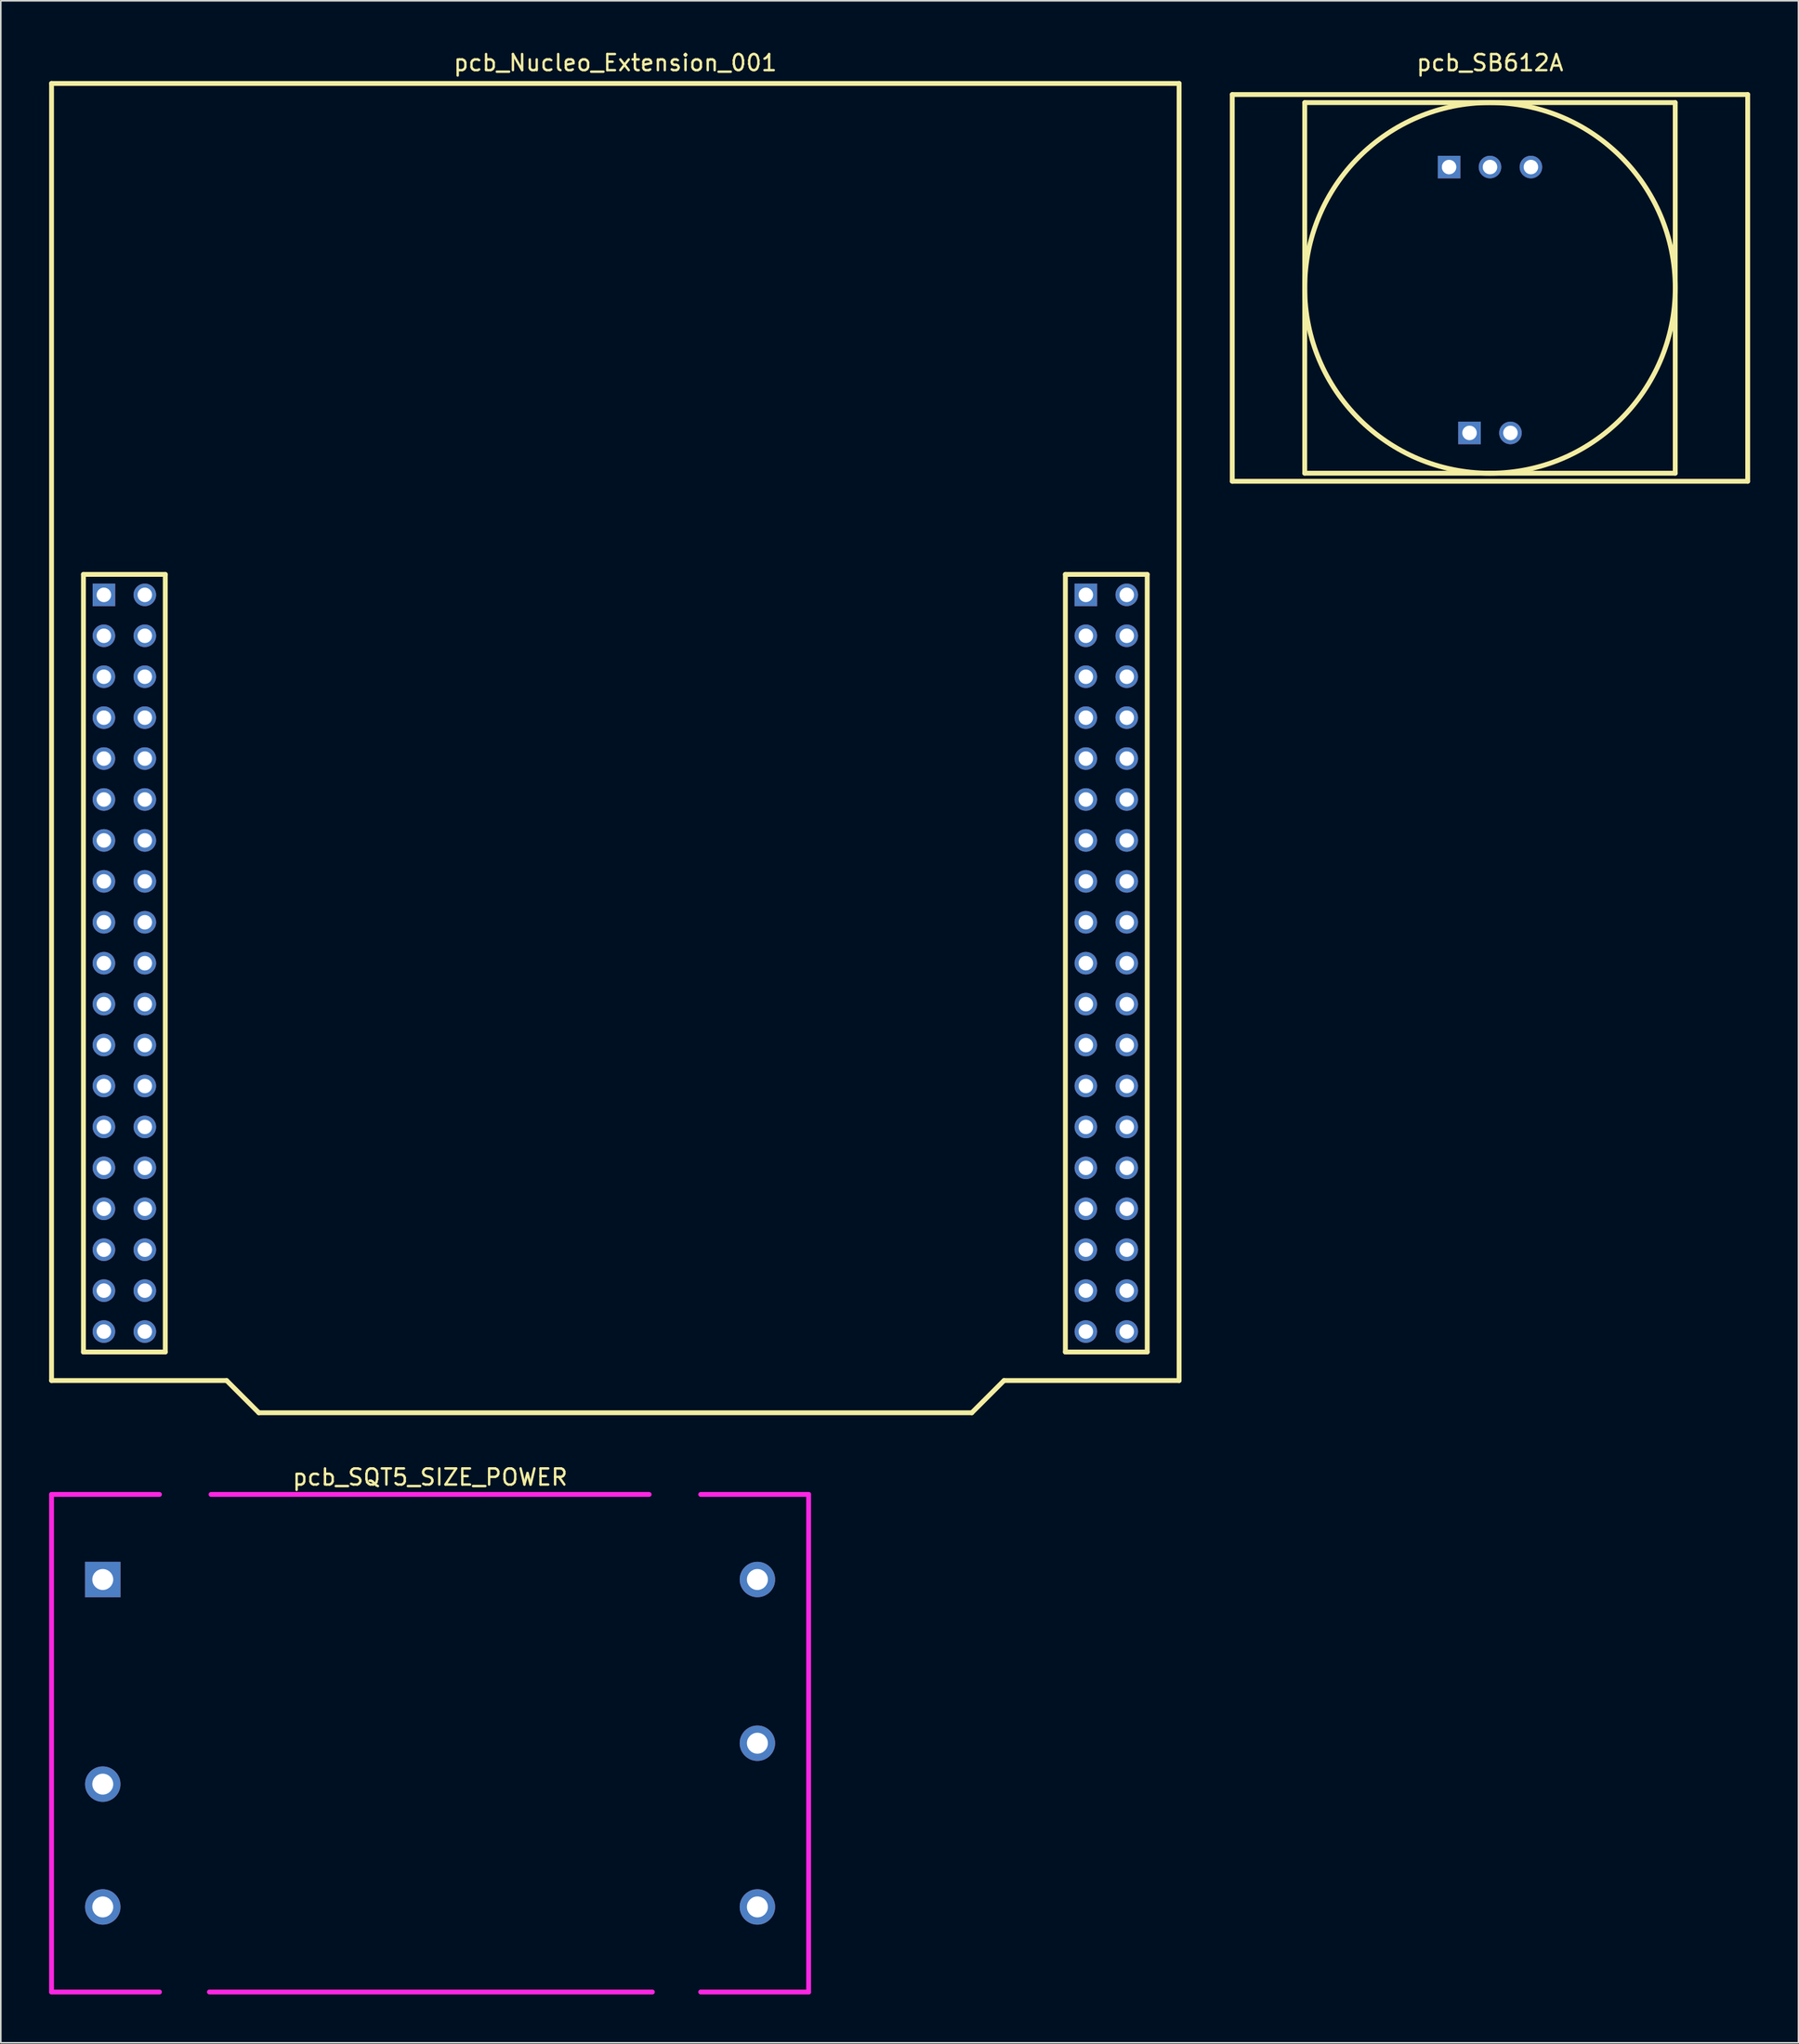
<source format=kicad_pcb>
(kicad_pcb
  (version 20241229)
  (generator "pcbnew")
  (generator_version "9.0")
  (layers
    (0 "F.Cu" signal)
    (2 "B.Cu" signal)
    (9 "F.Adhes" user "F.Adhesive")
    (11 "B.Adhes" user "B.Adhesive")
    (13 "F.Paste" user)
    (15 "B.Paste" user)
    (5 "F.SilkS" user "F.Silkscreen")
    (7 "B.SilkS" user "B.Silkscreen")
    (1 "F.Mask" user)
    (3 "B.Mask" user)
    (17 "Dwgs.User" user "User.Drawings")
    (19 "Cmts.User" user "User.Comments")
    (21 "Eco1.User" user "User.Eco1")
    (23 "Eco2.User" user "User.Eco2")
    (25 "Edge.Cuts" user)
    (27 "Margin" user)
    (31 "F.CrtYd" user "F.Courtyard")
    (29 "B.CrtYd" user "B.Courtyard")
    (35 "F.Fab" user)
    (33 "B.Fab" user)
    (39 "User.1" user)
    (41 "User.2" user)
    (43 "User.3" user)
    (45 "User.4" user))
  (footprint "pcb_Nucleo_Extension_001"
    (layer "F.Cu")
    (at 35.15 33.868)
    (property "Reference" "pcb_Nucleo_Extension_001" (at 0 -33.02 0) (layer "F.SilkS") (effects (font (size 1 1) (thickness 0.15))))
    (attr through_hole)
    (fp_line (start -35 -31.74) (end -35 48.76) (stroke (width 0.3) (type solid)) (layer "F.SilkS"))
    (fp_line (start -33.02 -1.27) (end -33.02 46.99) (stroke (width 0.3) (type solid)) (layer "F.SilkS"))
    (fp_line (start -33.02 46.99) (end -27.94 46.99) (stroke (width 0.3) (type solid)) (layer "F.SilkS"))
    (fp_line (start -27.94 -1.27) (end -33.02 -1.27) (stroke (width 0.3) (type solid)) (layer "F.SilkS"))
    (fp_line (start -27.94 46.99) (end -27.94 -1.27) (stroke (width 0.3) (type solid)) (layer "F.SilkS"))
    (fp_line (start -24.13 48.76) (end -35 48.76) (stroke (width 0.3) (type solid)) (layer "F.SilkS"))
    (fp_line (start -24.13 48.76) (end -22.13 50.76) (stroke (width 0.3) (type solid)) (layer "F.SilkS"))
    (fp_line (start -22.13 50.76) (end 22.13 50.76) (stroke (width 0.3) (type solid)) (layer "F.SilkS"))
    (fp_line (start 24.13 48.76) (end 22.13 50.76) (stroke (width 0.3) (type solid)) (layer "F.SilkS"))
    (fp_line (start 24.13 48.76) (end 35 48.76) (stroke (width 0.3) (type solid)) (layer "F.SilkS"))
    (fp_line (start 27.94 -1.27) (end 27.94 46.99) (stroke (width 0.3) (type solid)) (layer "F.SilkS"))
    (fp_line (start 27.94 46.99) (end 33.02 46.99) (stroke (width 0.3) (type solid)) (layer "F.SilkS"))
    (fp_line (start 33.02 -1.27) (end 27.94 -1.27) (stroke (width 0.3) (type solid)) (layer "F.SilkS"))
    (fp_line (start 33.02 46.99) (end 33.02 -1.27) (stroke (width 0.3) (type solid)) (layer "F.SilkS"))
    (fp_line (start 35 -31.74) (end -35 -31.74) (stroke (width 0.3) (type solid)) (layer "F.SilkS"))
    (fp_line (start 35 -31.74) (end 35 48.76) (stroke (width 0.3) (type solid)) (layer "F.SilkS"))
    (pad "1" thru_hole rect (at -31.75 0) (size 1.4 1.4) (drill 0.9) (layers "*.Cu" "*.Mask"))
    (pad "2" thru_hole circle (at -29.21 0) (size 1.4 1.4) (drill 0.9) (layers "*.Cu" "*.Mask"))
    (pad "3" thru_hole circle (at -31.75 2.54) (size 1.4 1.4) (drill 0.9) (layers "*.Cu" "*.Mask"))
    (pad "4" thru_hole circle (at -29.21 2.54) (size 1.4 1.4) (drill 0.9) (layers "*.Cu" "*.Mask"))
    (pad "5" thru_hole circle (at -31.75 5.08) (size 1.4 1.4) (drill 0.9) (layers "*.Cu" "*.Mask"))
    (pad "6" thru_hole circle (at -29.21 5.08) (size 1.4 1.4) (drill 0.9) (layers "*.Cu" "*.Mask"))
    (pad "7" thru_hole circle (at -31.75 7.62) (size 1.4 1.4) (drill 0.9) (layers "*.Cu" "*.Mask"))
    (pad "8" thru_hole circle (at -29.21 7.62) (size 1.4 1.4) (drill 0.9) (layers "*.Cu" "*.Mask"))
    (pad "9" thru_hole circle (at -31.75 10.16) (size 1.4 1.4) (drill 0.9) (layers "*.Cu" "*.Mask"))
    (pad "10" thru_hole circle (at -29.21 10.16) (size 1.4 1.4) (drill 0.9) (layers "*.Cu" "*.Mask"))
    (pad "11" thru_hole circle (at -31.75 12.7) (size 1.4 1.4) (drill 0.9) (layers "*.Cu" "*.Mask"))
    (pad "12" thru_hole circle (at -29.21 12.7) (size 1.4 1.4) (drill 0.9) (layers "*.Cu" "*.Mask"))
    (pad "13" thru_hole circle (at -31.75 15.24) (size 1.4 1.4) (drill 0.9) (layers "*.Cu" "*.Mask"))
    (pad "14" thru_hole circle (at -29.21 15.24) (size 1.4 1.4) (drill 0.9) (layers "*.Cu" "*.Mask"))
    (pad "15" thru_hole circle (at -31.75 17.78) (size 1.4 1.4) (drill 0.9) (layers "*.Cu" "*.Mask"))
    (pad "16" thru_hole circle (at -29.21 17.78) (size 1.4 1.4) (drill 0.9) (layers "*.Cu" "*.Mask"))
    (pad "17" thru_hole circle (at -31.75 20.32) (size 1.4 1.4) (drill 0.9) (layers "*.Cu" "*.Mask"))
    (pad "18" thru_hole circle (at -29.21 20.32) (size 1.4 1.4) (drill 0.9) (layers "*.Cu" "*.Mask"))
    (pad "19" thru_hole circle (at -31.75 22.86) (size 1.4 1.4) (drill 0.9) (layers "*.Cu" "*.Mask"))
    (pad "20" thru_hole circle (at -29.21 22.86) (size 1.4 1.4) (drill 0.9) (layers "*.Cu" "*.Mask"))
    (pad "21" thru_hole circle (at -31.75 25.4) (size 1.4 1.4) (drill 0.9) (layers "*.Cu" "*.Mask"))
    (pad "22" thru_hole circle (at -29.21 25.4) (size 1.4 1.4) (drill 0.9) (layers "*.Cu" "*.Mask"))
    (pad "23" thru_hole circle (at -31.75 27.94) (size 1.4 1.4) (drill 0.9) (layers "*.Cu" "*.Mask"))
    (pad "24" thru_hole circle (at -29.21 27.94) (size 1.4 1.4) (drill 0.9) (layers "*.Cu" "*.Mask"))
    (pad "25" thru_hole circle (at -31.75 30.48) (size 1.4 1.4) (drill 0.9) (layers "*.Cu" "*.Mask"))
    (pad "26" thru_hole circle (at -29.21 30.48) (size 1.4 1.4) (drill 0.9) (layers "*.Cu" "*.Mask"))
    (pad "27" thru_hole circle (at -31.75 33.02) (size 1.4 1.4) (drill 0.9) (layers "*.Cu" "*.Mask"))
    (pad "28" thru_hole circle (at -29.21 33.02) (size 1.4 1.4) (drill 0.9) (layers "*.Cu" "*.Mask"))
    (pad "29" thru_hole circle (at -31.75 35.56) (size 1.4 1.4) (drill 0.9) (layers "*.Cu" "*.Mask"))
    (pad "30" thru_hole circle (at -29.21 35.56) (size 1.4 1.4) (drill 0.9) (layers "*.Cu" "*.Mask"))
    (pad "31" thru_hole circle (at -31.75 38.1) (size 1.4 1.4) (drill 0.9) (layers "*.Cu" "*.Mask"))
    (pad "32" thru_hole circle (at -29.21 38.1) (size 1.4 1.4) (drill 0.9) (layers "*.Cu" "*.Mask"))
    (pad "33" thru_hole circle (at -31.75 40.64) (size 1.4 1.4) (drill 0.9) (layers "*.Cu" "*.Mask"))
    (pad "34" thru_hole circle (at -29.21 40.64) (size 1.4 1.4) (drill 0.9) (layers "*.Cu" "*.Mask"))
    (pad "35" thru_hole circle (at -31.75 43.18) (size 1.4 1.4) (drill 0.9) (layers "*.Cu" "*.Mask"))
    (pad "36" thru_hole circle (at -29.21 43.18) (size 1.4 1.4) (drill 0.9) (layers "*.Cu" "*.Mask"))
    (pad "37" thru_hole circle (at -31.75 45.72) (size 1.4 1.4) (drill 0.9) (layers "*.Cu" "*.Mask"))
    (pad "38" thru_hole circle (at -29.21 45.72) (size 1.4 1.4) (drill 0.9) (layers "*.Cu" "*.Mask"))
    (pad "39" thru_hole rect (at 29.21 0) (size 1.4 1.4) (drill 0.9) (layers "*.Cu" "*.Mask"))
    (pad "40" thru_hole circle (at 31.75 0) (size 1.4 1.4) (drill 0.9) (layers "*.Cu" "*.Mask"))
    (pad "41" thru_hole circle (at 29.21 2.54) (size 1.4 1.4) (drill 0.9) (layers "*.Cu" "*.Mask"))
    (pad "42" thru_hole circle (at 31.75 2.54) (size 1.4 1.4) (drill 0.9) (layers "*.Cu" "*.Mask"))
    (pad "43" thru_hole circle (at 29.21 5.08) (size 1.4 1.4) (drill 0.9) (layers "*.Cu" "*.Mask"))
    (pad "44" thru_hole circle (at 31.75 5.08) (size 1.4 1.4) (drill 0.9) (layers "*.Cu" "*.Mask"))
    (pad "45" thru_hole circle (at 29.21 7.62) (size 1.4 1.4) (drill 0.9) (layers "*.Cu" "*.Mask"))
    (pad "46" thru_hole circle (at 31.75 7.62) (size 1.4 1.4) (drill 0.9) (layers "*.Cu" "*.Mask"))
    (pad "47" thru_hole circle (at 29.21 10.16) (size 1.4 1.4) (drill 0.9) (layers "*.Cu" "*.Mask"))
    (pad "48" thru_hole circle (at 31.75 10.16) (size 1.4 1.4) (drill 0.9) (layers "*.Cu" "*.Mask"))
    (pad "49" thru_hole circle (at 29.21 12.7) (size 1.4 1.4) (drill 0.9) (layers "*.Cu" "*.Mask"))
    (pad "50" thru_hole circle (at 31.75 12.7) (size 1.4 1.4) (drill 0.9) (layers "*.Cu" "*.Mask"))
    (pad "51" thru_hole circle (at 29.21 15.24) (size 1.4 1.4) (drill 0.9) (layers "*.Cu" "*.Mask"))
    (pad "52" thru_hole circle (at 31.75 15.24) (size 1.4 1.4) (drill 0.9) (layers "*.Cu" "*.Mask"))
    (pad "53" thru_hole circle (at 29.21 17.78) (size 1.4 1.4) (drill 0.9) (layers "*.Cu" "*.Mask"))
    (pad "54" thru_hole circle (at 31.75 17.78) (size 1.4 1.4) (drill 0.9) (layers "*.Cu" "*.Mask"))
    (pad "55" thru_hole circle (at 29.21 20.32) (size 1.4 1.4) (drill 0.9) (layers "*.Cu" "*.Mask"))
    (pad "56" thru_hole circle (at 31.75 20.32) (size 1.4 1.4) (drill 0.9) (layers "*.Cu" "*.Mask"))
    (pad "57" thru_hole circle (at 29.21 22.86) (size 1.4 1.4) (drill 0.9) (layers "*.Cu" "*.Mask"))
    (pad "58" thru_hole circle (at 31.75 22.86) (size 1.4 1.4) (drill 0.9) (layers "*.Cu" "*.Mask"))
    (pad "59" thru_hole circle (at 29.21 25.4) (size 1.4 1.4) (drill 0.9) (layers "*.Cu" "*.Mask"))
    (pad "60" thru_hole circle (at 31.75 25.4) (size 1.4 1.4) (drill 0.9) (layers "*.Cu" "*.Mask"))
    (pad "61" thru_hole circle (at 29.21 27.94) (size 1.4 1.4) (drill 0.9) (layers "*.Cu" "*.Mask"))
    (pad "62" thru_hole circle (at 31.75 27.94) (size 1.4 1.4) (drill 0.9) (layers "*.Cu" "*.Mask"))
    (pad "63" thru_hole circle (at 29.21 30.48) (size 1.4 1.4) (drill 0.9) (layers "*.Cu" "*.Mask"))
    (pad "64" thru_hole circle (at 31.75 30.48) (size 1.4 1.4) (drill 0.9) (layers "*.Cu" "*.Mask"))
    (pad "65" thru_hole circle (at 29.21 33.02) (size 1.4 1.4) (drill 0.9) (layers "*.Cu" "*.Mask"))
    (pad "66" thru_hole circle (at 31.75 33.02) (size 1.4 1.4) (drill 0.9) (layers "*.Cu" "*.Mask"))
    (pad "67" thru_hole circle (at 29.21 35.56) (size 1.4 1.4) (drill 0.9) (layers "*.Cu" "*.Mask"))
    (pad "68" thru_hole circle (at 31.75 35.56) (size 1.4 1.4) (drill 0.9) (layers "*.Cu" "*.Mask"))
    (pad "69" thru_hole circle (at 29.21 38.1) (size 1.4 1.4) (drill 0.9) (layers "*.Cu" "*.Mask"))
    (pad "70" thru_hole circle (at 31.75 38.1) (size 1.4 1.4) (drill 0.9) (layers "*.Cu" "*.Mask"))
    (pad "71" thru_hole circle (at 29.21 40.64) (size 1.4 1.4) (drill 0.9) (layers "*.Cu" "*.Mask"))
    (pad "72" thru_hole circle (at 31.75 40.64) (size 1.4 1.4) (drill 0.9) (layers "*.Cu" "*.Mask"))
    (pad "73" thru_hole circle (at 29.21 43.18) (size 1.4 1.4) (drill 0.9) (layers "*.Cu" "*.Mask"))
    (pad "74" thru_hole circle (at 31.75 43.18) (size 1.4 1.4) (drill 0.9) (layers "*.Cu" "*.Mask"))
    (pad "75" thru_hole circle (at 29.21 45.72) (size 1.4 1.4) (drill 0.9) (layers "*.Cu" "*.Mask"))
    (pad "76" thru_hole circle (at 31.75 45.72) (size 1.4 1.4) (drill 0.9) (layers "*.Cu" "*.Mask")))
  (footprint "pcb_SQT5_SIZE_POWER"
    (layer "F.Cu")
    (at 23.65 105.136)
    (property "Reference" "pcb_SQT5_SIZE_POWER" (at 0 -16.51 0) (layer "F.SilkS") (effects (font (size 1 1) (thickness 0.15))))
    (attr through_hole)
    (fp_line (start -23.5 -15.44) (end -23.5 15.44) (stroke (width 0.3) (type solid)) (layer "F.CrtYd"))
    (fp_line (start -16.8 -15.44) (end -23.5 -15.44) (stroke (width 0.3) (type solid)) (layer "F.CrtYd"))
    (fp_line (start -16.8 15.44) (end -23.5 15.44) (stroke (width 0.3) (type solid)) (layer "F.CrtYd"))
    (fp_line (start -13.6 -15.44) (end 13.6 -15.44) (stroke (width 0.3) (type solid)) (layer "F.CrtYd"))
    (fp_line (start 13.8 15.44) (end -13.7 15.44) (stroke (width 0.3) (type solid)) (layer "F.CrtYd"))
    (fp_line (start 16.8 -15.44) (end 23.5 -15.44) (stroke (width 0.3) (type solid)) (layer "F.CrtYd"))
    (fp_line (start 16.8 15.44) (end 23.5 15.44) (stroke (width 0.3) (type solid)) (layer "F.CrtYd"))
    (fp_line (start 23.5 15.44) (end 23.5 -15.44) (stroke (width 0.3) (type solid)) (layer "F.CrtYd"))
    (pad "1" thru_hole rect (at -20.32 -10.16) (size 2.2 2.2) (drill 1.3) (layers "*.Cu" "*.Mask"))
    (pad "2" thru_hole circle (at -20.32 2.54) (size 2.2 2.2) (drill 1.3) (layers "*.Cu" "*.Mask"))
    (pad "3" thru_hole circle (at -20.32 10.16) (size 2.2 2.2) (drill 1.3) (layers "*.Cu" "*.Mask"))
    (pad "4" thru_hole circle (at 20.32 -10.16) (size 2.2 2.2) (drill 1.3) (layers "*.Cu" "*.Mask"))
    (pad "5" thru_hole circle (at 20.32 0) (size 2.2 2.2) (drill 1.3) (layers "*.Cu" "*.Mask"))
    (pad "6" thru_hole circle (at 20.32 10.16) (size 2.2 2.2) (drill 1.3) (layers "*.Cu" "*.Mask")))
  (footprint "pcb_SB612A"
    (layer "F.Cu")
    (at 89.45 14.818)
    (property "Reference" "pcb_SB612A" (at 0 -13.97 0) (layer "F.SilkS") (effects (font (size 1 1) (thickness 0.15))))
    (attr through_hole)
    (fp_line (start -16 -12) (end -16 12) (stroke (width 0.3) (type solid)) (layer "F.SilkS"))
    (fp_line (start -16 12) (end 16 12) (stroke (width 0.3) (type solid)) (layer "F.SilkS"))
    (fp_line (start -11.5 -11.5) (end -11.5 11.5) (stroke (width 0.3) (type solid)) (layer "F.SilkS"))
    (fp_line (start -11.5 11.5) (end 11.5 11.5) (stroke (width 0.3) (type solid)) (layer "F.SilkS"))
    (fp_line (start 11.5 -11.5) (end -11.5 -11.5) (stroke (width 0.3) (type solid)) (layer "F.SilkS"))
    (fp_line (start 11.5 11.5) (end 11.5 -11.5) (stroke (width 0.3) (type solid)) (layer "F.SilkS"))
    (fp_line (start 16 -12) (end -16 -12) (stroke (width 0.3) (type solid)) (layer "F.SilkS"))
    (fp_line (start 16 12) (end 16 -12) (stroke (width 0.3) (type solid)) (layer "F.SilkS"))
    (fp_circle (center 0 0) (end 11.5 0) (stroke (width 0.3) (type solid)) (fill no) (layer "F.SilkS"))
    (pad "1" thru_hole rect (at -2.54 -7.5) (size 1.4 1.4) (drill 0.9) (layers "*.Cu" "*.Mask"))
    (pad "2" thru_hole circle (at 0 -7.5) (size 1.4 1.4) (drill 0.9) (layers "*.Cu" "*.Mask"))
    (pad "3" thru_hole circle (at 2.54 -7.5) (size 1.4 1.4) (drill 0.9) (layers "*.Cu" "*.Mask"))
    (pad "4" thru_hole rect (at -1.27 9) (size 1.4 1.4) (drill 0.9) (layers "*.Cu" "*.Mask"))
    (pad "5" thru_hole circle (at 1.27 9) (size 1.4 1.4) (drill 0.9) (layers "*.Cu" "*.Mask")))
  (gr_rect
    (start -3 -3)
    (end 108.6 123.727)
    (stroke (width 0.1) (type default))
    (fill no)
    (layer "Edge.Cuts")))
</source>
